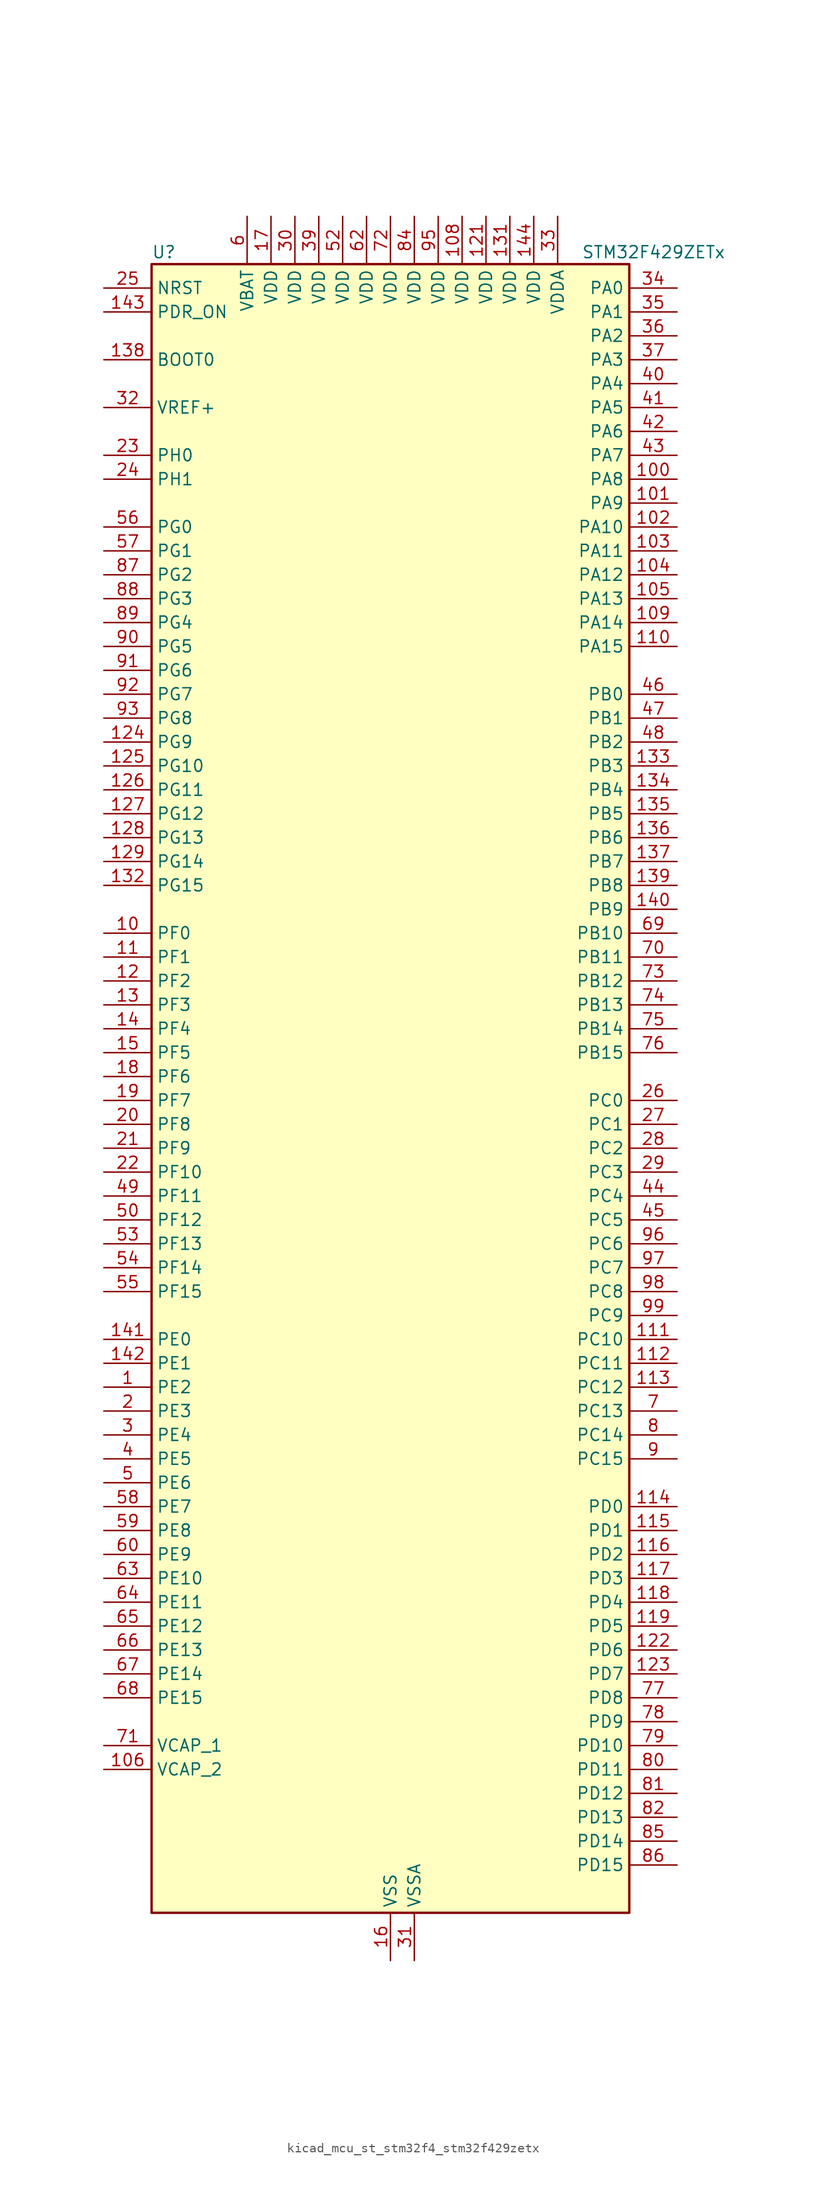
<source format=kicad_sym>
(kicad_symbol_lib
  (version 20220914)
  (generator kicad_symbol_editor)
  (symbol "kicad_mcu_st_stm32f4_stm32f429zetx"
    (property "Reference" "U"
      (at -25.4 90.17 0)
      (effects (font (size 1.27 1.27)) (justify left)))
    (property "Value" "STM32F429ZETx"
      (at 20.32 90.17 0)
      (effects (font (size 1.27 1.27)) (justify left)))
    (property "ki_locked" ""
      (at 0 0 0)
      (effects (font (size 1.27 1.27))))
    (symbol "kicad_mcu_st_stm32f4_stm32f429zetx_0_1"
      (rectangle (start -25.4 -86.36) (end 25.4 88.9) (stroke (width 0.254) (type default)) (fill (type background))))
    (symbol "kicad_mcu_st_stm32f4_stm32f429zetx_1_1"
      (pin bidirectional line (at -30.48 -30.48 0) (length 5.08) (name "PE2" (effects (font (size 1.27 1.27)))) (number "1" (effects (font (size 1.27 1.27)))) (alternate "ETH_TXD3" bidirectional line) (alternate "FMC_A23" bidirectional line) (alternate "SAI1_MCLK_A" bidirectional line) (alternate "SPI4_SCK" bidirectional line) (alternate "SYS_TRACECLK" bidirectional line))
      (pin bidirectional line (at -30.48 17.78 0) (length 5.08) (name "PF0" (effects (font (size 1.27 1.27)))) (number "10" (effects (font (size 1.27 1.27)))) (alternate "FMC_A0" bidirectional line) (alternate "I2C2_SDA" bidirectional line))
      (pin bidirectional line (at 30.48 66.04 180) (length 5.08) (name "PA8" (effects (font (size 1.27 1.27)))) (number "100" (effects (font (size 1.27 1.27)))) (alternate "I2C3_SCL" bidirectional line) (alternate "LTDC_R6" bidirectional line) (alternate "RCC_MCO_1" bidirectional line) (alternate "TIM1_CH1" bidirectional line) (alternate "USART1_CK" bidirectional line) (alternate "USB_OTG_FS_SOF" bidirectional line))
      (pin bidirectional line (at 30.48 63.5 180) (length 5.08) (name "PA9" (effects (font (size 1.27 1.27)))) (number "101" (effects (font (size 1.27 1.27)))) (alternate "DAC_EXTI9" bidirectional line) (alternate "DCMI_D0" bidirectional line) (alternate "I2C3_SMBA" bidirectional line) (alternate "TIM1_CH2" bidirectional line) (alternate "USART1_TX" bidirectional line) (alternate "USB_OTG_FS_VBUS" bidirectional line))
      (pin bidirectional line (at 30.48 60.96 180) (length 5.08) (name "PA10" (effects (font (size 1.27 1.27)))) (number "102" (effects (font (size 1.27 1.27)))) (alternate "DCMI_D1" bidirectional line) (alternate "TIM1_CH3" bidirectional line) (alternate "USART1_RX" bidirectional line) (alternate "USB_OTG_FS_ID" bidirectional line))
      (pin bidirectional line (at 30.48 58.42 180) (length 5.08) (name "PA11" (effects (font (size 1.27 1.27)))) (number "103" (effects (font (size 1.27 1.27)))) (alternate "ADC1_EXTI11" bidirectional line) (alternate "ADC2_EXTI11" bidirectional line) (alternate "ADC3_EXTI11" bidirectional line) (alternate "CAN1_RX" bidirectional line) (alternate "LTDC_R4" bidirectional line) (alternate "TIM1_CH4" bidirectional line) (alternate "USART1_CTS" bidirectional line) (alternate "USB_OTG_FS_DM" bidirectional line))
      (pin bidirectional line (at 30.48 55.88 180) (length 5.08) (name "PA12" (effects (font (size 1.27 1.27)))) (number "104" (effects (font (size 1.27 1.27)))) (alternate "CAN1_TX" bidirectional line) (alternate "LTDC_R5" bidirectional line) (alternate "TIM1_ETR" bidirectional line) (alternate "USART1_RTS" bidirectional line) (alternate "USB_OTG_FS_DP" bidirectional line))
      (pin bidirectional line (at 30.48 53.34 180) (length 5.08) (name "PA13" (effects (font (size 1.27 1.27)))) (number "105" (effects (font (size 1.27 1.27)))) (alternate "SYS_JTMS-SWDIO" bidirectional line))
      (pin power_out line (at -30.48 -71.12 0) (length 5.08) (name "VCAP_2" (effects (font (size 1.27 1.27)))) (number "106" (effects (font (size 1.27 1.27)))))
      (pin passive line (at 0 -91.44 90) (length 5.08) hide (name "VSS" (effects (font (size 1.27 1.27)))) (number "107" (effects (font (size 1.27 1.27)))))
      (pin power_in line (at 7.62 93.98 270) (length 5.08) (name "VDD" (effects (font (size 1.27 1.27)))) (number "108" (effects (font (size 1.27 1.27)))))
      (pin bidirectional line (at 30.48 50.8 180) (length 5.08) (name "PA14" (effects (font (size 1.27 1.27)))) (number "109" (effects (font (size 1.27 1.27)))) (alternate "SYS_JTCK-SWCLK" bidirectional line))
      (pin bidirectional line (at -30.48 15.24 0) (length 5.08) (name "PF1" (effects (font (size 1.27 1.27)))) (number "11" (effects (font (size 1.27 1.27)))) (alternate "FMC_A1" bidirectional line) (alternate "I2C2_SCL" bidirectional line))
      (pin bidirectional line (at 30.48 48.26 180) (length 5.08) (name "PA15" (effects (font (size 1.27 1.27)))) (number "110" (effects (font (size 1.27 1.27)))) (alternate "ADC1_EXTI15" bidirectional line) (alternate "ADC2_EXTI15" bidirectional line) (alternate "ADC3_EXTI15" bidirectional line) (alternate "I2S3_WS" bidirectional line) (alternate "SPI1_NSS" bidirectional line) (alternate "SPI3_NSS" bidirectional line) (alternate "SYS_JTDI" bidirectional line) (alternate "TIM2_CH1" bidirectional line) (alternate "TIM2_ETR" bidirectional line))
      (pin bidirectional line (at 30.48 -25.4 180) (length 5.08) (name "PC10" (effects (font (size 1.27 1.27)))) (number "111" (effects (font (size 1.27 1.27)))) (alternate "DCMI_D8" bidirectional line) (alternate "I2S3_CK" bidirectional line) (alternate "LTDC_R2" bidirectional line) (alternate "SDIO_D2" bidirectional line) (alternate "SPI3_SCK" bidirectional line) (alternate "UART4_TX" bidirectional line) (alternate "USART3_TX" bidirectional line))
      (pin bidirectional line (at 30.48 -27.94 180) (length 5.08) (name "PC11" (effects (font (size 1.27 1.27)))) (number "112" (effects (font (size 1.27 1.27)))) (alternate "ADC1_EXTI11" bidirectional line) (alternate "ADC2_EXTI11" bidirectional line) (alternate "ADC3_EXTI11" bidirectional line) (alternate "DCMI_D4" bidirectional line) (alternate "I2S3_ext_SD" bidirectional line) (alternate "SDIO_D3" bidirectional line) (alternate "SPI3_MISO" bidirectional line) (alternate "UART4_RX" bidirectional line) (alternate "USART3_RX" bidirectional line))
      (pin bidirectional line (at 30.48 -30.48 180) (length 5.08) (name "PC12" (effects (font (size 1.27 1.27)))) (number "113" (effects (font (size 1.27 1.27)))) (alternate "DCMI_D9" bidirectional line) (alternate "I2S3_SD" bidirectional line) (alternate "SDIO_CK" bidirectional line) (alternate "SPI3_MOSI" bidirectional line) (alternate "UART5_TX" bidirectional line) (alternate "USART3_CK" bidirectional line))
      (pin bidirectional line (at 30.48 -43.18 180) (length 5.08) (name "PD0" (effects (font (size 1.27 1.27)))) (number "114" (effects (font (size 1.27 1.27)))) (alternate "CAN1_RX" bidirectional line) (alternate "FMC_D2" bidirectional line) (alternate "FMC_DA2" bidirectional line))
      (pin bidirectional line (at 30.48 -45.72 180) (length 5.08) (name "PD1" (effects (font (size 1.27 1.27)))) (number "115" (effects (font (size 1.27 1.27)))) (alternate "CAN1_TX" bidirectional line) (alternate "FMC_D3" bidirectional line) (alternate "FMC_DA3" bidirectional line))
      (pin bidirectional line (at 30.48 -48.26 180) (length 5.08) (name "PD2" (effects (font (size 1.27 1.27)))) (number "116" (effects (font (size 1.27 1.27)))) (alternate "DCMI_D11" bidirectional line) (alternate "SDIO_CMD" bidirectional line) (alternate "TIM3_ETR" bidirectional line) (alternate "UART5_RX" bidirectional line))
      (pin bidirectional line (at 30.48 -50.8 180) (length 5.08) (name "PD3" (effects (font (size 1.27 1.27)))) (number "117" (effects (font (size 1.27 1.27)))) (alternate "DCMI_D5" bidirectional line) (alternate "FMC_CLK" bidirectional line) (alternate "I2S2_CK" bidirectional line) (alternate "LTDC_G7" bidirectional line) (alternate "SPI2_SCK" bidirectional line) (alternate "USART2_CTS" bidirectional line))
      (pin bidirectional line (at 30.48 -53.34 180) (length 5.08) (name "PD4" (effects (font (size 1.27 1.27)))) (number "118" (effects (font (size 1.27 1.27)))) (alternate "FMC_NOE" bidirectional line) (alternate "USART2_RTS" bidirectional line))
      (pin bidirectional line (at 30.48 -55.88 180) (length 5.08) (name "PD5" (effects (font (size 1.27 1.27)))) (number "119" (effects (font (size 1.27 1.27)))) (alternate "FMC_NWE" bidirectional line) (alternate "USART2_TX" bidirectional line))
      (pin bidirectional line (at -30.48 12.7 0) (length 5.08) (name "PF2" (effects (font (size 1.27 1.27)))) (number "12" (effects (font (size 1.27 1.27)))) (alternate "FMC_A2" bidirectional line) (alternate "I2C2_SMBA" bidirectional line))
      (pin passive line (at 0 -91.44 90) (length 5.08) hide (name "VSS" (effects (font (size 1.27 1.27)))) (number "120" (effects (font (size 1.27 1.27)))))
      (pin power_in line (at 10.16 93.98 270) (length 5.08) (name "VDD" (effects (font (size 1.27 1.27)))) (number "121" (effects (font (size 1.27 1.27)))))
      (pin bidirectional line (at 30.48 -58.42 180) (length 5.08) (name "PD6" (effects (font (size 1.27 1.27)))) (number "122" (effects (font (size 1.27 1.27)))) (alternate "DCMI_D10" bidirectional line) (alternate "FMC_NWAIT" bidirectional line) (alternate "I2S3_SD" bidirectional line) (alternate "LTDC_B2" bidirectional line) (alternate "SAI1_SD_A" bidirectional line) (alternate "SPI3_MOSI" bidirectional line) (alternate "USART2_RX" bidirectional line))
      (pin bidirectional line (at 30.48 -60.96 180) (length 5.08) (name "PD7" (effects (font (size 1.27 1.27)))) (number "123" (effects (font (size 1.27 1.27)))) (alternate "FMC_NCE2" bidirectional line) (alternate "FMC_NE1" bidirectional line) (alternate "USART2_CK" bidirectional line))
      (pin bidirectional line (at -30.48 38.1 0) (length 5.08) (name "PG9" (effects (font (size 1.27 1.27)))) (number "124" (effects (font (size 1.27 1.27)))) (alternate "DAC_EXTI9" bidirectional line) (alternate "DCMI_VSYNC" bidirectional line) (alternate "FMC_NCE3" bidirectional line) (alternate "FMC_NE2" bidirectional line) (alternate "USART6_RX" bidirectional line))
      (pin bidirectional line (at -30.48 35.56 0) (length 5.08) (name "PG10" (effects (font (size 1.27 1.27)))) (number "125" (effects (font (size 1.27 1.27)))) (alternate "DCMI_D2" bidirectional line) (alternate "FMC_NCE4_1" bidirectional line) (alternate "FMC_NE3" bidirectional line) (alternate "LTDC_B2" bidirectional line) (alternate "LTDC_G3" bidirectional line))
      (pin bidirectional line (at -30.48 33.02 0) (length 5.08) (name "PG11" (effects (font (size 1.27 1.27)))) (number "126" (effects (font (size 1.27 1.27)))) (alternate "ADC1_EXTI11" bidirectional line) (alternate "ADC2_EXTI11" bidirectional line) (alternate "ADC3_EXTI11" bidirectional line) (alternate "DCMI_D3" bidirectional line) (alternate "ETH_TX_EN" bidirectional line) (alternate "FMC_NCE4_2" bidirectional line) (alternate "LTDC_B3" bidirectional line))
      (pin bidirectional line (at -30.48 30.48 0) (length 5.08) (name "PG12" (effects (font (size 1.27 1.27)))) (number "127" (effects (font (size 1.27 1.27)))) (alternate "FMC_NE4" bidirectional line) (alternate "LTDC_B1" bidirectional line) (alternate "LTDC_B4" bidirectional line) (alternate "SPI6_MISO" bidirectional line) (alternate "USART6_RTS" bidirectional line))
      (pin bidirectional line (at -30.48 27.94 0) (length 5.08) (name "PG13" (effects (font (size 1.27 1.27)))) (number "128" (effects (font (size 1.27 1.27)))) (alternate "ETH_TXD0" bidirectional line) (alternate "FMC_A24" bidirectional line) (alternate "SPI6_SCK" bidirectional line) (alternate "USART6_CTS" bidirectional line))
      (pin bidirectional line (at -30.48 25.4 0) (length 5.08) (name "PG14" (effects (font (size 1.27 1.27)))) (number "129" (effects (font (size 1.27 1.27)))) (alternate "ETH_TXD1" bidirectional line) (alternate "FMC_A25" bidirectional line) (alternate "SPI6_MOSI" bidirectional line) (alternate "USART6_TX" bidirectional line))
      (pin bidirectional line (at -30.48 10.16 0) (length 5.08) (name "PF3" (effects (font (size 1.27 1.27)))) (number "13" (effects (font (size 1.27 1.27)))) (alternate "ADC3_IN9" bidirectional line) (alternate "FMC_A3" bidirectional line))
      (pin passive line (at 0 -91.44 90) (length 5.08) hide (name "VSS" (effects (font (size 1.27 1.27)))) (number "130" (effects (font (size 1.27 1.27)))))
      (pin power_in line (at 12.7 93.98 270) (length 5.08) (name "VDD" (effects (font (size 1.27 1.27)))) (number "131" (effects (font (size 1.27 1.27)))))
      (pin bidirectional line (at -30.48 22.86 0) (length 5.08) (name "PG15" (effects (font (size 1.27 1.27)))) (number "132" (effects (font (size 1.27 1.27)))) (alternate "ADC1_EXTI15" bidirectional line) (alternate "ADC2_EXTI15" bidirectional line) (alternate "ADC3_EXTI15" bidirectional line) (alternate "DCMI_D13" bidirectional line) (alternate "FMC_SDNCAS" bidirectional line) (alternate "USART6_CTS" bidirectional line))
      (pin bidirectional line (at 30.48 35.56 180) (length 5.08) (name "PB3" (effects (font (size 1.27 1.27)))) (number "133" (effects (font (size 1.27 1.27)))) (alternate "I2S3_CK" bidirectional line) (alternate "SPI1_SCK" bidirectional line) (alternate "SPI3_SCK" bidirectional line) (alternate "SYS_JTDO-SWO" bidirectional line) (alternate "TIM2_CH2" bidirectional line))
      (pin bidirectional line (at 30.48 33.02 180) (length 5.08) (name "PB4" (effects (font (size 1.27 1.27)))) (number "134" (effects (font (size 1.27 1.27)))) (alternate "I2S3_ext_SD" bidirectional line) (alternate "SPI1_MISO" bidirectional line) (alternate "SPI3_MISO" bidirectional line) (alternate "SYS_JTRST" bidirectional line) (alternate "TIM3_CH1" bidirectional line))
      (pin bidirectional line (at 30.48 30.48 180) (length 5.08) (name "PB5" (effects (font (size 1.27 1.27)))) (number "135" (effects (font (size 1.27 1.27)))) (alternate "CAN2_RX" bidirectional line) (alternate "DCMI_D10" bidirectional line) (alternate "ETH_PPS_OUT" bidirectional line) (alternate "FMC_SDCKE1" bidirectional line) (alternate "I2C1_SMBA" bidirectional line) (alternate "I2S3_SD" bidirectional line) (alternate "SPI1_MOSI" bidirectional line) (alternate "SPI3_MOSI" bidirectional line) (alternate "TIM3_CH2" bidirectional line) (alternate "USB_OTG_HS_ULPI_D7" bidirectional line))
      (pin bidirectional line (at 30.48 27.94 180) (length 5.08) (name "PB6" (effects (font (size 1.27 1.27)))) (number "136" (effects (font (size 1.27 1.27)))) (alternate "CAN2_TX" bidirectional line) (alternate "DCMI_D5" bidirectional line) (alternate "FMC_SDNE1" bidirectional line) (alternate "I2C1_SCL" bidirectional line) (alternate "TIM4_CH1" bidirectional line) (alternate "USART1_TX" bidirectional line))
      (pin bidirectional line (at 30.48 25.4 180) (length 5.08) (name "PB7" (effects (font (size 1.27 1.27)))) (number "137" (effects (font (size 1.27 1.27)))) (alternate "DCMI_VSYNC" bidirectional line) (alternate "FMC_NL" bidirectional line) (alternate "I2C1_SDA" bidirectional line) (alternate "TIM4_CH2" bidirectional line) (alternate "USART1_RX" bidirectional line))
      (pin input line (at -30.48 78.74 0) (length 5.08) (name "BOOT0" (effects (font (size 1.27 1.27)))) (number "138" (effects (font (size 1.27 1.27)))))
      (pin bidirectional line (at 30.48 22.86 180) (length 5.08) (name "PB8" (effects (font (size 1.27 1.27)))) (number "139" (effects (font (size 1.27 1.27)))) (alternate "CAN1_RX" bidirectional line) (alternate "DCMI_D6" bidirectional line) (alternate "ETH_TXD3" bidirectional line) (alternate "I2C1_SCL" bidirectional line) (alternate "LTDC_B6" bidirectional line) (alternate "SDIO_D4" bidirectional line) (alternate "TIM10_CH1" bidirectional line) (alternate "TIM4_CH3" bidirectional line))
      (pin bidirectional line (at -30.48 7.62 0) (length 5.08) (name "PF4" (effects (font (size 1.27 1.27)))) (number "14" (effects (font (size 1.27 1.27)))) (alternate "ADC3_IN14" bidirectional line) (alternate "FMC_A4" bidirectional line))
      (pin bidirectional line (at 30.48 20.32 180) (length 5.08) (name "PB9" (effects (font (size 1.27 1.27)))) (number "140" (effects (font (size 1.27 1.27)))) (alternate "CAN1_TX" bidirectional line) (alternate "DAC_EXTI9" bidirectional line) (alternate "DCMI_D7" bidirectional line) (alternate "I2C1_SDA" bidirectional line) (alternate "I2S2_WS" bidirectional line) (alternate "LTDC_B7" bidirectional line) (alternate "SDIO_D5" bidirectional line) (alternate "SPI2_NSS" bidirectional line) (alternate "TIM11_CH1" bidirectional line) (alternate "TIM4_CH4" bidirectional line))
      (pin bidirectional line (at -30.48 -25.4 0) (length 5.08) (name "PE0" (effects (font (size 1.27 1.27)))) (number "141" (effects (font (size 1.27 1.27)))) (alternate "DCMI_D2" bidirectional line) (alternate "FMC_NBL0" bidirectional line) (alternate "TIM4_ETR" bidirectional line) (alternate "UART8_RX" bidirectional line))
      (pin bidirectional line (at -30.48 -27.94 0) (length 5.08) (name "PE1" (effects (font (size 1.27 1.27)))) (number "142" (effects (font (size 1.27 1.27)))) (alternate "DCMI_D3" bidirectional line) (alternate "FMC_NBL1" bidirectional line) (alternate "UART8_TX" bidirectional line))
      (pin input line (at -30.48 83.82 0) (length 5.08) (name "PDR_ON" (effects (font (size 1.27 1.27)))) (number "143" (effects (font (size 1.27 1.27)))))
      (pin power_in line (at 15.24 93.98 270) (length 5.08) (name "VDD" (effects (font (size 1.27 1.27)))) (number "144" (effects (font (size 1.27 1.27)))))
      (pin bidirectional line (at -30.48 5.08 0) (length 5.08) (name "PF5" (effects (font (size 1.27 1.27)))) (number "15" (effects (font (size 1.27 1.27)))) (alternate "ADC3_IN15" bidirectional line) (alternate "FMC_A5" bidirectional line))
      (pin power_in line (at 0 -91.44 90) (length 5.08) (name "VSS" (effects (font (size 1.27 1.27)))) (number "16" (effects (font (size 1.27 1.27)))))
      (pin power_in line (at -12.7 93.98 270) (length 5.08) (name "VDD" (effects (font (size 1.27 1.27)))) (number "17" (effects (font (size 1.27 1.27)))))
      (pin bidirectional line (at -30.48 2.54 0) (length 5.08) (name "PF6" (effects (font (size 1.27 1.27)))) (number "18" (effects (font (size 1.27 1.27)))) (alternate "ADC3_IN4" bidirectional line) (alternate "FMC_NIORD" bidirectional line) (alternate "SAI1_SD_B" bidirectional line) (alternate "SPI5_NSS" bidirectional line) (alternate "TIM10_CH1" bidirectional line) (alternate "UART7_RX" bidirectional line))
      (pin bidirectional line (at -30.48 0 0) (length 5.08) (name "PF7" (effects (font (size 1.27 1.27)))) (number "19" (effects (font (size 1.27 1.27)))) (alternate "ADC3_IN5" bidirectional line) (alternate "FMC_NREG" bidirectional line) (alternate "SAI1_MCLK_B" bidirectional line) (alternate "SPI5_SCK" bidirectional line) (alternate "TIM11_CH1" bidirectional line) (alternate "UART7_TX" bidirectional line))
      (pin bidirectional line (at -30.48 -33.02 0) (length 5.08) (name "PE3" (effects (font (size 1.27 1.27)))) (number "2" (effects (font (size 1.27 1.27)))) (alternate "FMC_A19" bidirectional line) (alternate "SAI1_SD_B" bidirectional line) (alternate "SYS_TRACED0" bidirectional line))
      (pin bidirectional line (at -30.48 -2.54 0) (length 5.08) (name "PF8" (effects (font (size 1.27 1.27)))) (number "20" (effects (font (size 1.27 1.27)))) (alternate "ADC3_IN6" bidirectional line) (alternate "FMC_NIOWR" bidirectional line) (alternate "SAI1_SCK_B" bidirectional line) (alternate "SPI5_MISO" bidirectional line) (alternate "TIM13_CH1" bidirectional line))
      (pin bidirectional line (at -30.48 -5.08 0) (length 5.08) (name "PF9" (effects (font (size 1.27 1.27)))) (number "21" (effects (font (size 1.27 1.27)))) (alternate "ADC3_IN7" bidirectional line) (alternate "DAC_EXTI9" bidirectional line) (alternate "FMC_CD" bidirectional line) (alternate "SAI1_FS_B" bidirectional line) (alternate "SPI5_MOSI" bidirectional line) (alternate "TIM14_CH1" bidirectional line))
      (pin bidirectional line (at -30.48 -7.62 0) (length 5.08) (name "PF10" (effects (font (size 1.27 1.27)))) (number "22" (effects (font (size 1.27 1.27)))) (alternate "ADC3_IN8" bidirectional line) (alternate "DCMI_D11" bidirectional line) (alternate "FMC_INTR" bidirectional line) (alternate "LTDC_DE" bidirectional line))
      (pin bidirectional line (at -30.48 68.58 0) (length 5.08) (name "PH0" (effects (font (size 1.27 1.27)))) (number "23" (effects (font (size 1.27 1.27)))) (alternate "RCC_OSC_IN" bidirectional line))
      (pin bidirectional line (at -30.48 66.04 0) (length 5.08) (name "PH1" (effects (font (size 1.27 1.27)))) (number "24" (effects (font (size 1.27 1.27)))) (alternate "RCC_OSC_OUT" bidirectional line))
      (pin input line (at -30.48 86.36 0) (length 5.08) (name "NRST" (effects (font (size 1.27 1.27)))) (number "25" (effects (font (size 1.27 1.27)))))
      (pin bidirectional line (at 30.48 0 180) (length 5.08) (name "PC0" (effects (font (size 1.27 1.27)))) (number "26" (effects (font (size 1.27 1.27)))) (alternate "ADC1_IN10" bidirectional line) (alternate "ADC2_IN10" bidirectional line) (alternate "ADC3_IN10" bidirectional line) (alternate "FMC_SDNWE" bidirectional line) (alternate "USB_OTG_HS_ULPI_STP" bidirectional line))
      (pin bidirectional line (at 30.48 -2.54 180) (length 5.08) (name "PC1" (effects (font (size 1.27 1.27)))) (number "27" (effects (font (size 1.27 1.27)))) (alternate "ADC1_IN11" bidirectional line) (alternate "ADC2_IN11" bidirectional line) (alternate "ADC3_IN11" bidirectional line) (alternate "ETH_MDC" bidirectional line))
      (pin bidirectional line (at 30.48 -5.08 180) (length 5.08) (name "PC2" (effects (font (size 1.27 1.27)))) (number "28" (effects (font (size 1.27 1.27)))) (alternate "ADC1_IN12" bidirectional line) (alternate "ADC2_IN12" bidirectional line) (alternate "ADC3_IN12" bidirectional line) (alternate "ETH_TXD2" bidirectional line) (alternate "FMC_SDNE0" bidirectional line) (alternate "I2S2_ext_SD" bidirectional line) (alternate "SPI2_MISO" bidirectional line) (alternate "USB_OTG_HS_ULPI_DIR" bidirectional line))
      (pin bidirectional line (at 30.48 -7.62 180) (length 5.08) (name "PC3" (effects (font (size 1.27 1.27)))) (number "29" (effects (font (size 1.27 1.27)))) (alternate "ADC1_IN13" bidirectional line) (alternate "ADC2_IN13" bidirectional line) (alternate "ADC3_IN13" bidirectional line) (alternate "ETH_TX_CLK" bidirectional line) (alternate "FMC_SDCKE0" bidirectional line) (alternate "I2S2_SD" bidirectional line) (alternate "SPI2_MOSI" bidirectional line) (alternate "USB_OTG_HS_ULPI_NXT" bidirectional line))
      (pin bidirectional line (at -30.48 -35.56 0) (length 5.08) (name "PE4" (effects (font (size 1.27 1.27)))) (number "3" (effects (font (size 1.27 1.27)))) (alternate "DCMI_D4" bidirectional line) (alternate "FMC_A20" bidirectional line) (alternate "LTDC_B0" bidirectional line) (alternate "SAI1_FS_A" bidirectional line) (alternate "SPI4_NSS" bidirectional line) (alternate "SYS_TRACED1" bidirectional line))
      (pin power_in line (at -10.16 93.98 270) (length 5.08) (name "VDD" (effects (font (size 1.27 1.27)))) (number "30" (effects (font (size 1.27 1.27)))))
      (pin power_in line (at 2.54 -91.44 90) (length 5.08) (name "VSSA" (effects (font (size 1.27 1.27)))) (number "31" (effects (font (size 1.27 1.27)))))
      (pin input line (at -30.48 73.66 0) (length 5.08) (name "VREF+" (effects (font (size 1.27 1.27)))) (number "32" (effects (font (size 1.27 1.27)))))
      (pin power_in line (at 17.78 93.98 270) (length 5.08) (name "VDDA" (effects (font (size 1.27 1.27)))) (number "33" (effects (font (size 1.27 1.27)))))
      (pin bidirectional line (at 30.48 86.36 180) (length 5.08) (name "PA0" (effects (font (size 1.27 1.27)))) (number "34" (effects (font (size 1.27 1.27)))) (alternate "ADC1_IN0" bidirectional line) (alternate "ADC2_IN0" bidirectional line) (alternate "ADC3_IN0" bidirectional line) (alternate "ETH_CRS" bidirectional line) (alternate "SYS_WKUP" bidirectional line) (alternate "TIM2_CH1" bidirectional line) (alternate "TIM2_ETR" bidirectional line) (alternate "TIM5_CH1" bidirectional line) (alternate "TIM8_ETR" bidirectional line) (alternate "UART4_TX" bidirectional line) (alternate "USART2_CTS" bidirectional line))
      (pin bidirectional line (at 30.48 83.82 180) (length 5.08) (name "PA1" (effects (font (size 1.27 1.27)))) (number "35" (effects (font (size 1.27 1.27)))) (alternate "ADC1_IN1" bidirectional line) (alternate "ADC2_IN1" bidirectional line) (alternate "ADC3_IN1" bidirectional line) (alternate "ETH_REF_CLK" bidirectional line) (alternate "ETH_RX_CLK" bidirectional line) (alternate "TIM2_CH2" bidirectional line) (alternate "TIM5_CH2" bidirectional line) (alternate "UART4_RX" bidirectional line) (alternate "USART2_RTS" bidirectional line))
      (pin bidirectional line (at 30.48 81.28 180) (length 5.08) (name "PA2" (effects (font (size 1.27 1.27)))) (number "36" (effects (font (size 1.27 1.27)))) (alternate "ADC1_IN2" bidirectional line) (alternate "ADC2_IN2" bidirectional line) (alternate "ADC3_IN2" bidirectional line) (alternate "ETH_MDIO" bidirectional line) (alternate "TIM2_CH3" bidirectional line) (alternate "TIM5_CH3" bidirectional line) (alternate "TIM9_CH1" bidirectional line) (alternate "USART2_TX" bidirectional line))
      (pin bidirectional line (at 30.48 78.74 180) (length 5.08) (name "PA3" (effects (font (size 1.27 1.27)))) (number "37" (effects (font (size 1.27 1.27)))) (alternate "ADC1_IN3" bidirectional line) (alternate "ADC2_IN3" bidirectional line) (alternate "ADC3_IN3" bidirectional line) (alternate "ETH_COL" bidirectional line) (alternate "LTDC_B5" bidirectional line) (alternate "TIM2_CH4" bidirectional line) (alternate "TIM5_CH4" bidirectional line) (alternate "TIM9_CH2" bidirectional line) (alternate "USART2_RX" bidirectional line) (alternate "USB_OTG_HS_ULPI_D0" bidirectional line))
      (pin passive line (at 0 -91.44 90) (length 5.08) hide (name "VSS" (effects (font (size 1.27 1.27)))) (number "38" (effects (font (size 1.27 1.27)))))
      (pin power_in line (at -7.62 93.98 270) (length 5.08) (name "VDD" (effects (font (size 1.27 1.27)))) (number "39" (effects (font (size 1.27 1.27)))))
      (pin bidirectional line (at -30.48 -38.1 0) (length 5.08) (name "PE5" (effects (font (size 1.27 1.27)))) (number "4" (effects (font (size 1.27 1.27)))) (alternate "DCMI_D6" bidirectional line) (alternate "FMC_A21" bidirectional line) (alternate "LTDC_G0" bidirectional line) (alternate "SAI1_SCK_A" bidirectional line) (alternate "SPI4_MISO" bidirectional line) (alternate "SYS_TRACED2" bidirectional line) (alternate "TIM9_CH1" bidirectional line))
      (pin bidirectional line (at 30.48 76.2 180) (length 5.08) (name "PA4" (effects (font (size 1.27 1.27)))) (number "40" (effects (font (size 1.27 1.27)))) (alternate "ADC1_IN4" bidirectional line) (alternate "ADC2_IN4" bidirectional line) (alternate "DAC_OUT1" bidirectional line) (alternate "DCMI_HSYNC" bidirectional line) (alternate "I2S3_WS" bidirectional line) (alternate "LTDC_VSYNC" bidirectional line) (alternate "SPI1_NSS" bidirectional line) (alternate "SPI3_NSS" bidirectional line) (alternate "USART2_CK" bidirectional line) (alternate "USB_OTG_HS_SOF" bidirectional line))
      (pin bidirectional line (at 30.48 73.66 180) (length 5.08) (name "PA5" (effects (font (size 1.27 1.27)))) (number "41" (effects (font (size 1.27 1.27)))) (alternate "ADC1_IN5" bidirectional line) (alternate "ADC2_IN5" bidirectional line) (alternate "DAC_OUT2" bidirectional line) (alternate "SPI1_SCK" bidirectional line) (alternate "TIM2_CH1" bidirectional line) (alternate "TIM2_ETR" bidirectional line) (alternate "TIM8_CH1N" bidirectional line) (alternate "USB_OTG_HS_ULPI_CK" bidirectional line))
      (pin bidirectional line (at 30.48 71.12 180) (length 5.08) (name "PA6" (effects (font (size 1.27 1.27)))) (number "42" (effects (font (size 1.27 1.27)))) (alternate "ADC1_IN6" bidirectional line) (alternate "ADC2_IN6" bidirectional line) (alternate "DCMI_PIXCLK" bidirectional line) (alternate "LTDC_G2" bidirectional line) (alternate "SPI1_MISO" bidirectional line) (alternate "TIM13_CH1" bidirectional line) (alternate "TIM1_BKIN" bidirectional line) (alternate "TIM3_CH1" bidirectional line) (alternate "TIM8_BKIN" bidirectional line))
      (pin bidirectional line (at 30.48 68.58 180) (length 5.08) (name "PA7" (effects (font (size 1.27 1.27)))) (number "43" (effects (font (size 1.27 1.27)))) (alternate "ADC1_IN7" bidirectional line) (alternate "ADC2_IN7" bidirectional line) (alternate "ETH_CRS_DV" bidirectional line) (alternate "ETH_RX_DV" bidirectional line) (alternate "SPI1_MOSI" bidirectional line) (alternate "TIM14_CH1" bidirectional line) (alternate "TIM1_CH1N" bidirectional line) (alternate "TIM3_CH2" bidirectional line) (alternate "TIM8_CH1N" bidirectional line))
      (pin bidirectional line (at 30.48 -10.16 180) (length 5.08) (name "PC4" (effects (font (size 1.27 1.27)))) (number "44" (effects (font (size 1.27 1.27)))) (alternate "ADC1_IN14" bidirectional line) (alternate "ADC2_IN14" bidirectional line) (alternate "ETH_RXD0" bidirectional line))
      (pin bidirectional line (at 30.48 -12.7 180) (length 5.08) (name "PC5" (effects (font (size 1.27 1.27)))) (number "45" (effects (font (size 1.27 1.27)))) (alternate "ADC1_IN15" bidirectional line) (alternate "ADC2_IN15" bidirectional line) (alternate "ETH_RXD1" bidirectional line))
      (pin bidirectional line (at 30.48 43.18 180) (length 5.08) (name "PB0" (effects (font (size 1.27 1.27)))) (number "46" (effects (font (size 1.27 1.27)))) (alternate "ADC1_IN8" bidirectional line) (alternate "ADC2_IN8" bidirectional line) (alternate "ETH_RXD2" bidirectional line) (alternate "LTDC_R3" bidirectional line) (alternate "TIM1_CH2N" bidirectional line) (alternate "TIM3_CH3" bidirectional line) (alternate "TIM8_CH2N" bidirectional line) (alternate "USB_OTG_HS_ULPI_D1" bidirectional line))
      (pin bidirectional line (at 30.48 40.64 180) (length 5.08) (name "PB1" (effects (font (size 1.27 1.27)))) (number "47" (effects (font (size 1.27 1.27)))) (alternate "ADC1_IN9" bidirectional line) (alternate "ADC2_IN9" bidirectional line) (alternate "ETH_RXD3" bidirectional line) (alternate "LTDC_R6" bidirectional line) (alternate "TIM1_CH3N" bidirectional line) (alternate "TIM3_CH4" bidirectional line) (alternate "TIM8_CH3N" bidirectional line) (alternate "USB_OTG_HS_ULPI_D2" bidirectional line))
      (pin bidirectional line (at 30.48 38.1 180) (length 5.08) (name "PB2" (effects (font (size 1.27 1.27)))) (number "48" (effects (font (size 1.27 1.27)))))
      (pin bidirectional line (at -30.48 -10.16 0) (length 5.08) (name "PF11" (effects (font (size 1.27 1.27)))) (number "49" (effects (font (size 1.27 1.27)))) (alternate "ADC1_EXTI11" bidirectional line) (alternate "ADC2_EXTI11" bidirectional line) (alternate "ADC3_EXTI11" bidirectional line) (alternate "DCMI_D12" bidirectional line) (alternate "FMC_SDNRAS" bidirectional line) (alternate "SPI5_MOSI" bidirectional line))
      (pin bidirectional line (at -30.48 -40.64 0) (length 5.08) (name "PE6" (effects (font (size 1.27 1.27)))) (number "5" (effects (font (size 1.27 1.27)))) (alternate "DCMI_D7" bidirectional line) (alternate "FMC_A22" bidirectional line) (alternate "LTDC_G1" bidirectional line) (alternate "SAI1_SD_A" bidirectional line) (alternate "SPI4_MOSI" bidirectional line) (alternate "SYS_TRACED3" bidirectional line) (alternate "TIM9_CH2" bidirectional line))
      (pin bidirectional line (at -30.48 -12.7 0) (length 5.08) (name "PF12" (effects (font (size 1.27 1.27)))) (number "50" (effects (font (size 1.27 1.27)))) (alternate "FMC_A6" bidirectional line))
      (pin passive line (at 0 -91.44 90) (length 5.08) hide (name "VSS" (effects (font (size 1.27 1.27)))) (number "51" (effects (font (size 1.27 1.27)))))
      (pin power_in line (at -5.08 93.98 270) (length 5.08) (name "VDD" (effects (font (size 1.27 1.27)))) (number "52" (effects (font (size 1.27 1.27)))))
      (pin bidirectional line (at -30.48 -15.24 0) (length 5.08) (name "PF13" (effects (font (size 1.27 1.27)))) (number "53" (effects (font (size 1.27 1.27)))) (alternate "FMC_A7" bidirectional line))
      (pin bidirectional line (at -30.48 -17.78 0) (length 5.08) (name "PF14" (effects (font (size 1.27 1.27)))) (number "54" (effects (font (size 1.27 1.27)))) (alternate "FMC_A8" bidirectional line))
      (pin bidirectional line (at -30.48 -20.32 0) (length 5.08) (name "PF15" (effects (font (size 1.27 1.27)))) (number "55" (effects (font (size 1.27 1.27)))) (alternate "ADC1_EXTI15" bidirectional line) (alternate "ADC2_EXTI15" bidirectional line) (alternate "ADC3_EXTI15" bidirectional line) (alternate "FMC_A9" bidirectional line))
      (pin bidirectional line (at -30.48 60.96 0) (length 5.08) (name "PG0" (effects (font (size 1.27 1.27)))) (number "56" (effects (font (size 1.27 1.27)))) (alternate "FMC_A10" bidirectional line))
      (pin bidirectional line (at -30.48 58.42 0) (length 5.08) (name "PG1" (effects (font (size 1.27 1.27)))) (number "57" (effects (font (size 1.27 1.27)))) (alternate "FMC_A11" bidirectional line))
      (pin bidirectional line (at -30.48 -43.18 0) (length 5.08) (name "PE7" (effects (font (size 1.27 1.27)))) (number "58" (effects (font (size 1.27 1.27)))) (alternate "FMC_D4" bidirectional line) (alternate "FMC_DA4" bidirectional line) (alternate "TIM1_ETR" bidirectional line) (alternate "UART7_RX" bidirectional line))
      (pin bidirectional line (at -30.48 -45.72 0) (length 5.08) (name "PE8" (effects (font (size 1.27 1.27)))) (number "59" (effects (font (size 1.27 1.27)))) (alternate "FMC_D5" bidirectional line) (alternate "FMC_DA5" bidirectional line) (alternate "TIM1_CH1N" bidirectional line) (alternate "UART7_TX" bidirectional line))
      (pin power_in line (at -15.24 93.98 270) (length 5.08) (name "VBAT" (effects (font (size 1.27 1.27)))) (number "6" (effects (font (size 1.27 1.27)))))
      (pin bidirectional line (at -30.48 -48.26 0) (length 5.08) (name "PE9" (effects (font (size 1.27 1.27)))) (number "60" (effects (font (size 1.27 1.27)))) (alternate "DAC_EXTI9" bidirectional line) (alternate "FMC_D6" bidirectional line) (alternate "FMC_DA6" bidirectional line) (alternate "TIM1_CH1" bidirectional line))
      (pin passive line (at 0 -91.44 90) (length 5.08) hide (name "VSS" (effects (font (size 1.27 1.27)))) (number "61" (effects (font (size 1.27 1.27)))))
      (pin power_in line (at -2.54 93.98 270) (length 5.08) (name "VDD" (effects (font (size 1.27 1.27)))) (number "62" (effects (font (size 1.27 1.27)))))
      (pin bidirectional line (at -30.48 -50.8 0) (length 5.08) (name "PE10" (effects (font (size 1.27 1.27)))) (number "63" (effects (font (size 1.27 1.27)))) (alternate "FMC_D7" bidirectional line) (alternate "FMC_DA7" bidirectional line) (alternate "TIM1_CH2N" bidirectional line))
      (pin bidirectional line (at -30.48 -53.34 0) (length 5.08) (name "PE11" (effects (font (size 1.27 1.27)))) (number "64" (effects (font (size 1.27 1.27)))) (alternate "ADC1_EXTI11" bidirectional line) (alternate "ADC2_EXTI11" bidirectional line) (alternate "ADC3_EXTI11" bidirectional line) (alternate "FMC_D8" bidirectional line) (alternate "FMC_DA8" bidirectional line) (alternate "LTDC_G3" bidirectional line) (alternate "SPI4_NSS" bidirectional line) (alternate "TIM1_CH2" bidirectional line))
      (pin bidirectional line (at -30.48 -55.88 0) (length 5.08) (name "PE12" (effects (font (size 1.27 1.27)))) (number "65" (effects (font (size 1.27 1.27)))) (alternate "FMC_D9" bidirectional line) (alternate "FMC_DA9" bidirectional line) (alternate "LTDC_B4" bidirectional line) (alternate "SPI4_SCK" bidirectional line) (alternate "TIM1_CH3N" bidirectional line))
      (pin bidirectional line (at -30.48 -58.42 0) (length 5.08) (name "PE13" (effects (font (size 1.27 1.27)))) (number "66" (effects (font (size 1.27 1.27)))) (alternate "FMC_D10" bidirectional line) (alternate "FMC_DA10" bidirectional line) (alternate "LTDC_DE" bidirectional line) (alternate "SPI4_MISO" bidirectional line) (alternate "TIM1_CH3" bidirectional line))
      (pin bidirectional line (at -30.48 -60.96 0) (length 5.08) (name "PE14" (effects (font (size 1.27 1.27)))) (number "67" (effects (font (size 1.27 1.27)))) (alternate "FMC_D11" bidirectional line) (alternate "FMC_DA11" bidirectional line) (alternate "LTDC_CLK" bidirectional line) (alternate "SPI4_MOSI" bidirectional line) (alternate "TIM1_CH4" bidirectional line))
      (pin bidirectional line (at -30.48 -63.5 0) (length 5.08) (name "PE15" (effects (font (size 1.27 1.27)))) (number "68" (effects (font (size 1.27 1.27)))) (alternate "ADC1_EXTI15" bidirectional line) (alternate "ADC2_EXTI15" bidirectional line) (alternate "ADC3_EXTI15" bidirectional line) (alternate "FMC_D12" bidirectional line) (alternate "FMC_DA12" bidirectional line) (alternate "LTDC_R7" bidirectional line) (alternate "TIM1_BKIN" bidirectional line))
      (pin bidirectional line (at 30.48 17.78 180) (length 5.08) (name "PB10" (effects (font (size 1.27 1.27)))) (number "69" (effects (font (size 1.27 1.27)))) (alternate "ETH_RX_ER" bidirectional line) (alternate "I2C2_SCL" bidirectional line) (alternate "I2S2_CK" bidirectional line) (alternate "LTDC_G4" bidirectional line) (alternate "SPI2_SCK" bidirectional line) (alternate "TIM2_CH3" bidirectional line) (alternate "USART3_TX" bidirectional line) (alternate "USB_OTG_HS_ULPI_D3" bidirectional line))
      (pin bidirectional line (at 30.48 -33.02 180) (length 5.08) (name "PC13" (effects (font (size 1.27 1.27)))) (number "7" (effects (font (size 1.27 1.27)))) (alternate "RTC_AF1" bidirectional line))
      (pin bidirectional line (at 30.48 15.24 180) (length 5.08) (name "PB11" (effects (font (size 1.27 1.27)))) (number "70" (effects (font (size 1.27 1.27)))) (alternate "ADC1_EXTI11" bidirectional line) (alternate "ADC2_EXTI11" bidirectional line) (alternate "ADC3_EXTI11" bidirectional line) (alternate "ETH_TX_EN" bidirectional line) (alternate "I2C2_SDA" bidirectional line) (alternate "LTDC_G5" bidirectional line) (alternate "TIM2_CH4" bidirectional line) (alternate "USART3_RX" bidirectional line) (alternate "USB_OTG_HS_ULPI_D4" bidirectional line))
      (pin power_out line (at -30.48 -68.58 0) (length 5.08) (name "VCAP_1" (effects (font (size 1.27 1.27)))) (number "71" (effects (font (size 1.27 1.27)))))
      (pin power_in line (at 0 93.98 270) (length 5.08) (name "VDD" (effects (font (size 1.27 1.27)))) (number "72" (effects (font (size 1.27 1.27)))))
      (pin bidirectional line (at 30.48 12.7 180) (length 5.08) (name "PB12" (effects (font (size 1.27 1.27)))) (number "73" (effects (font (size 1.27 1.27)))) (alternate "CAN2_RX" bidirectional line) (alternate "ETH_TXD0" bidirectional line) (alternate "I2C2_SMBA" bidirectional line) (alternate "I2S2_WS" bidirectional line) (alternate "SPI2_NSS" bidirectional line) (alternate "TIM1_BKIN" bidirectional line) (alternate "USART3_CK" bidirectional line) (alternate "USB_OTG_HS_ID" bidirectional line) (alternate "USB_OTG_HS_ULPI_D5" bidirectional line))
      (pin bidirectional line (at 30.48 10.16 180) (length 5.08) (name "PB13" (effects (font (size 1.27 1.27)))) (number "74" (effects (font (size 1.27 1.27)))) (alternate "CAN2_TX" bidirectional line) (alternate "ETH_TXD1" bidirectional line) (alternate "I2S2_CK" bidirectional line) (alternate "SPI2_SCK" bidirectional line) (alternate "TIM1_CH1N" bidirectional line) (alternate "USART3_CTS" bidirectional line) (alternate "USB_OTG_HS_ULPI_D6" bidirectional line) (alternate "USB_OTG_HS_VBUS" bidirectional line))
      (pin bidirectional line (at 30.48 7.62 180) (length 5.08) (name "PB14" (effects (font (size 1.27 1.27)))) (number "75" (effects (font (size 1.27 1.27)))) (alternate "I2S2_ext_SD" bidirectional line) (alternate "SPI2_MISO" bidirectional line) (alternate "TIM12_CH1" bidirectional line) (alternate "TIM1_CH2N" bidirectional line) (alternate "TIM8_CH2N" bidirectional line) (alternate "USART3_RTS" bidirectional line) (alternate "USB_OTG_HS_DM" bidirectional line))
      (pin bidirectional line (at 30.48 5.08 180) (length 5.08) (name "PB15" (effects (font (size 1.27 1.27)))) (number "76" (effects (font (size 1.27 1.27)))) (alternate "ADC1_EXTI15" bidirectional line) (alternate "ADC2_EXTI15" bidirectional line) (alternate "ADC3_EXTI15" bidirectional line) (alternate "I2S2_SD" bidirectional line) (alternate "RTC_REFIN" bidirectional line) (alternate "SPI2_MOSI" bidirectional line) (alternate "TIM12_CH2" bidirectional line) (alternate "TIM1_CH3N" bidirectional line) (alternate "TIM8_CH3N" bidirectional line) (alternate "USB_OTG_HS_DP" bidirectional line))
      (pin bidirectional line (at 30.48 -63.5 180) (length 5.08) (name "PD8" (effects (font (size 1.27 1.27)))) (number "77" (effects (font (size 1.27 1.27)))) (alternate "FMC_D13" bidirectional line) (alternate "FMC_DA13" bidirectional line) (alternate "USART3_TX" bidirectional line))
      (pin bidirectional line (at 30.48 -66.04 180) (length 5.08) (name "PD9" (effects (font (size 1.27 1.27)))) (number "78" (effects (font (size 1.27 1.27)))) (alternate "DAC_EXTI9" bidirectional line) (alternate "FMC_D14" bidirectional line) (alternate "FMC_DA14" bidirectional line) (alternate "USART3_RX" bidirectional line))
      (pin bidirectional line (at 30.48 -68.58 180) (length 5.08) (name "PD10" (effects (font (size 1.27 1.27)))) (number "79" (effects (font (size 1.27 1.27)))) (alternate "FMC_D15" bidirectional line) (alternate "FMC_DA15" bidirectional line) (alternate "LTDC_B3" bidirectional line) (alternate "USART3_CK" bidirectional line))
      (pin bidirectional line (at 30.48 -35.56 180) (length 5.08) (name "PC14" (effects (font (size 1.27 1.27)))) (number "8" (effects (font (size 1.27 1.27)))) (alternate "RCC_OSC32_IN" bidirectional line))
      (pin bidirectional line (at 30.48 -71.12 180) (length 5.08) (name "PD11" (effects (font (size 1.27 1.27)))) (number "80" (effects (font (size 1.27 1.27)))) (alternate "ADC1_EXTI11" bidirectional line) (alternate "ADC2_EXTI11" bidirectional line) (alternate "ADC3_EXTI11" bidirectional line) (alternate "FMC_A16" bidirectional line) (alternate "FMC_CLE" bidirectional line) (alternate "USART3_CTS" bidirectional line))
      (pin bidirectional line (at 30.48 -73.66 180) (length 5.08) (name "PD12" (effects (font (size 1.27 1.27)))) (number "81" (effects (font (size 1.27 1.27)))) (alternate "FMC_A17" bidirectional line) (alternate "FMC_ALE" bidirectional line) (alternate "TIM4_CH1" bidirectional line) (alternate "USART3_RTS" bidirectional line))
      (pin bidirectional line (at 30.48 -76.2 180) (length 5.08) (name "PD13" (effects (font (size 1.27 1.27)))) (number "82" (effects (font (size 1.27 1.27)))) (alternate "FMC_A18" bidirectional line) (alternate "TIM4_CH2" bidirectional line))
      (pin passive line (at 0 -91.44 90) (length 5.08) hide (name "VSS" (effects (font (size 1.27 1.27)))) (number "83" (effects (font (size 1.27 1.27)))))
      (pin power_in line (at 2.54 93.98 270) (length 5.08) (name "VDD" (effects (font (size 1.27 1.27)))) (number "84" (effects (font (size 1.27 1.27)))))
      (pin bidirectional line (at 30.48 -78.74 180) (length 5.08) (name "PD14" (effects (font (size 1.27 1.27)))) (number "85" (effects (font (size 1.27 1.27)))) (alternate "FMC_D0" bidirectional line) (alternate "FMC_DA0" bidirectional line) (alternate "TIM4_CH3" bidirectional line))
      (pin bidirectional line (at 30.48 -81.28 180) (length 5.08) (name "PD15" (effects (font (size 1.27 1.27)))) (number "86" (effects (font (size 1.27 1.27)))) (alternate "ADC1_EXTI15" bidirectional line) (alternate "ADC2_EXTI15" bidirectional line) (alternate "ADC3_EXTI15" bidirectional line) (alternate "FMC_D1" bidirectional line) (alternate "FMC_DA1" bidirectional line) (alternate "TIM4_CH4" bidirectional line))
      (pin bidirectional line (at -30.48 55.88 0) (length 5.08) (name "PG2" (effects (font (size 1.27 1.27)))) (number "87" (effects (font (size 1.27 1.27)))) (alternate "FMC_A12" bidirectional line))
      (pin bidirectional line (at -30.48 53.34 0) (length 5.08) (name "PG3" (effects (font (size 1.27 1.27)))) (number "88" (effects (font (size 1.27 1.27)))) (alternate "FMC_A13" bidirectional line))
      (pin bidirectional line (at -30.48 50.8 0) (length 5.08) (name "PG4" (effects (font (size 1.27 1.27)))) (number "89" (effects (font (size 1.27 1.27)))) (alternate "FMC_A14" bidirectional line) (alternate "FMC_BA0" bidirectional line))
      (pin bidirectional line (at 30.48 -38.1 180) (length 5.08) (name "PC15" (effects (font (size 1.27 1.27)))) (number "9" (effects (font (size 1.27 1.27)))) (alternate "ADC1_EXTI15" bidirectional line) (alternate "ADC2_EXTI15" bidirectional line) (alternate "ADC3_EXTI15" bidirectional line) (alternate "RCC_OSC32_OUT" bidirectional line))
      (pin bidirectional line (at -30.48 48.26 0) (length 5.08) (name "PG5" (effects (font (size 1.27 1.27)))) (number "90" (effects (font (size 1.27 1.27)))) (alternate "FMC_A15" bidirectional line) (alternate "FMC_BA1" bidirectional line))
      (pin bidirectional line (at -30.48 45.72 0) (length 5.08) (name "PG6" (effects (font (size 1.27 1.27)))) (number "91" (effects (font (size 1.27 1.27)))) (alternate "DCMI_D12" bidirectional line) (alternate "FMC_INT2" bidirectional line) (alternate "LTDC_R7" bidirectional line))
      (pin bidirectional line (at -30.48 43.18 0) (length 5.08) (name "PG7" (effects (font (size 1.27 1.27)))) (number "92" (effects (font (size 1.27 1.27)))) (alternate "DCMI_D13" bidirectional line) (alternate "FMC_INT3" bidirectional line) (alternate "LTDC_CLK" bidirectional line) (alternate "USART6_CK" bidirectional line))
      (pin bidirectional line (at -30.48 40.64 0) (length 5.08) (name "PG8" (effects (font (size 1.27 1.27)))) (number "93" (effects (font (size 1.27 1.27)))) (alternate "ETH_PPS_OUT" bidirectional line) (alternate "FMC_SDCLK" bidirectional line) (alternate "SPI6_NSS" bidirectional line) (alternate "USART6_RTS" bidirectional line))
      (pin passive line (at 0 -91.44 90) (length 5.08) hide (name "VSS" (effects (font (size 1.27 1.27)))) (number "94" (effects (font (size 1.27 1.27)))))
      (pin power_in line (at 5.08 93.98 270) (length 5.08) (name "VDD" (effects (font (size 1.27 1.27)))) (number "95" (effects (font (size 1.27 1.27)))))
      (pin bidirectional line (at 30.48 -15.24 180) (length 5.08) (name "PC6" (effects (font (size 1.27 1.27)))) (number "96" (effects (font (size 1.27 1.27)))) (alternate "DCMI_D0" bidirectional line) (alternate "I2S2_MCK" bidirectional line) (alternate "LTDC_HSYNC" bidirectional line) (alternate "SDIO_D6" bidirectional line) (alternate "TIM3_CH1" bidirectional line) (alternate "TIM8_CH1" bidirectional line) (alternate "USART6_TX" bidirectional line))
      (pin bidirectional line (at 30.48 -17.78 180) (length 5.08) (name "PC7" (effects (font (size 1.27 1.27)))) (number "97" (effects (font (size 1.27 1.27)))) (alternate "DCMI_D1" bidirectional line) (alternate "I2S3_MCK" bidirectional line) (alternate "LTDC_G6" bidirectional line) (alternate "SDIO_D7" bidirectional line) (alternate "TIM3_CH2" bidirectional line) (alternate "TIM8_CH2" bidirectional line) (alternate "USART6_RX" bidirectional line))
      (pin bidirectional line (at 30.48 -20.32 180) (length 5.08) (name "PC8" (effects (font (size 1.27 1.27)))) (number "98" (effects (font (size 1.27 1.27)))) (alternate "DCMI_D2" bidirectional line) (alternate "SDIO_D0" bidirectional line) (alternate "TIM3_CH3" bidirectional line) (alternate "TIM8_CH3" bidirectional line) (alternate "USART6_CK" bidirectional line))
      (pin bidirectional line (at 30.48 -22.86 180) (length 5.08) (name "PC9" (effects (font (size 1.27 1.27)))) (number "99" (effects (font (size 1.27 1.27)))) (alternate "DAC_EXTI9" bidirectional line) (alternate "DCMI_D3" bidirectional line) (alternate "I2C3_SDA" bidirectional line) (alternate "I2S_CKIN" bidirectional line) (alternate "RCC_MCO_2" bidirectional line) (alternate "SDIO_D1" bidirectional line) (alternate "TIM3_CH4" bidirectional line) (alternate "TIM8_CH4" bidirectional line)))))
</source>
